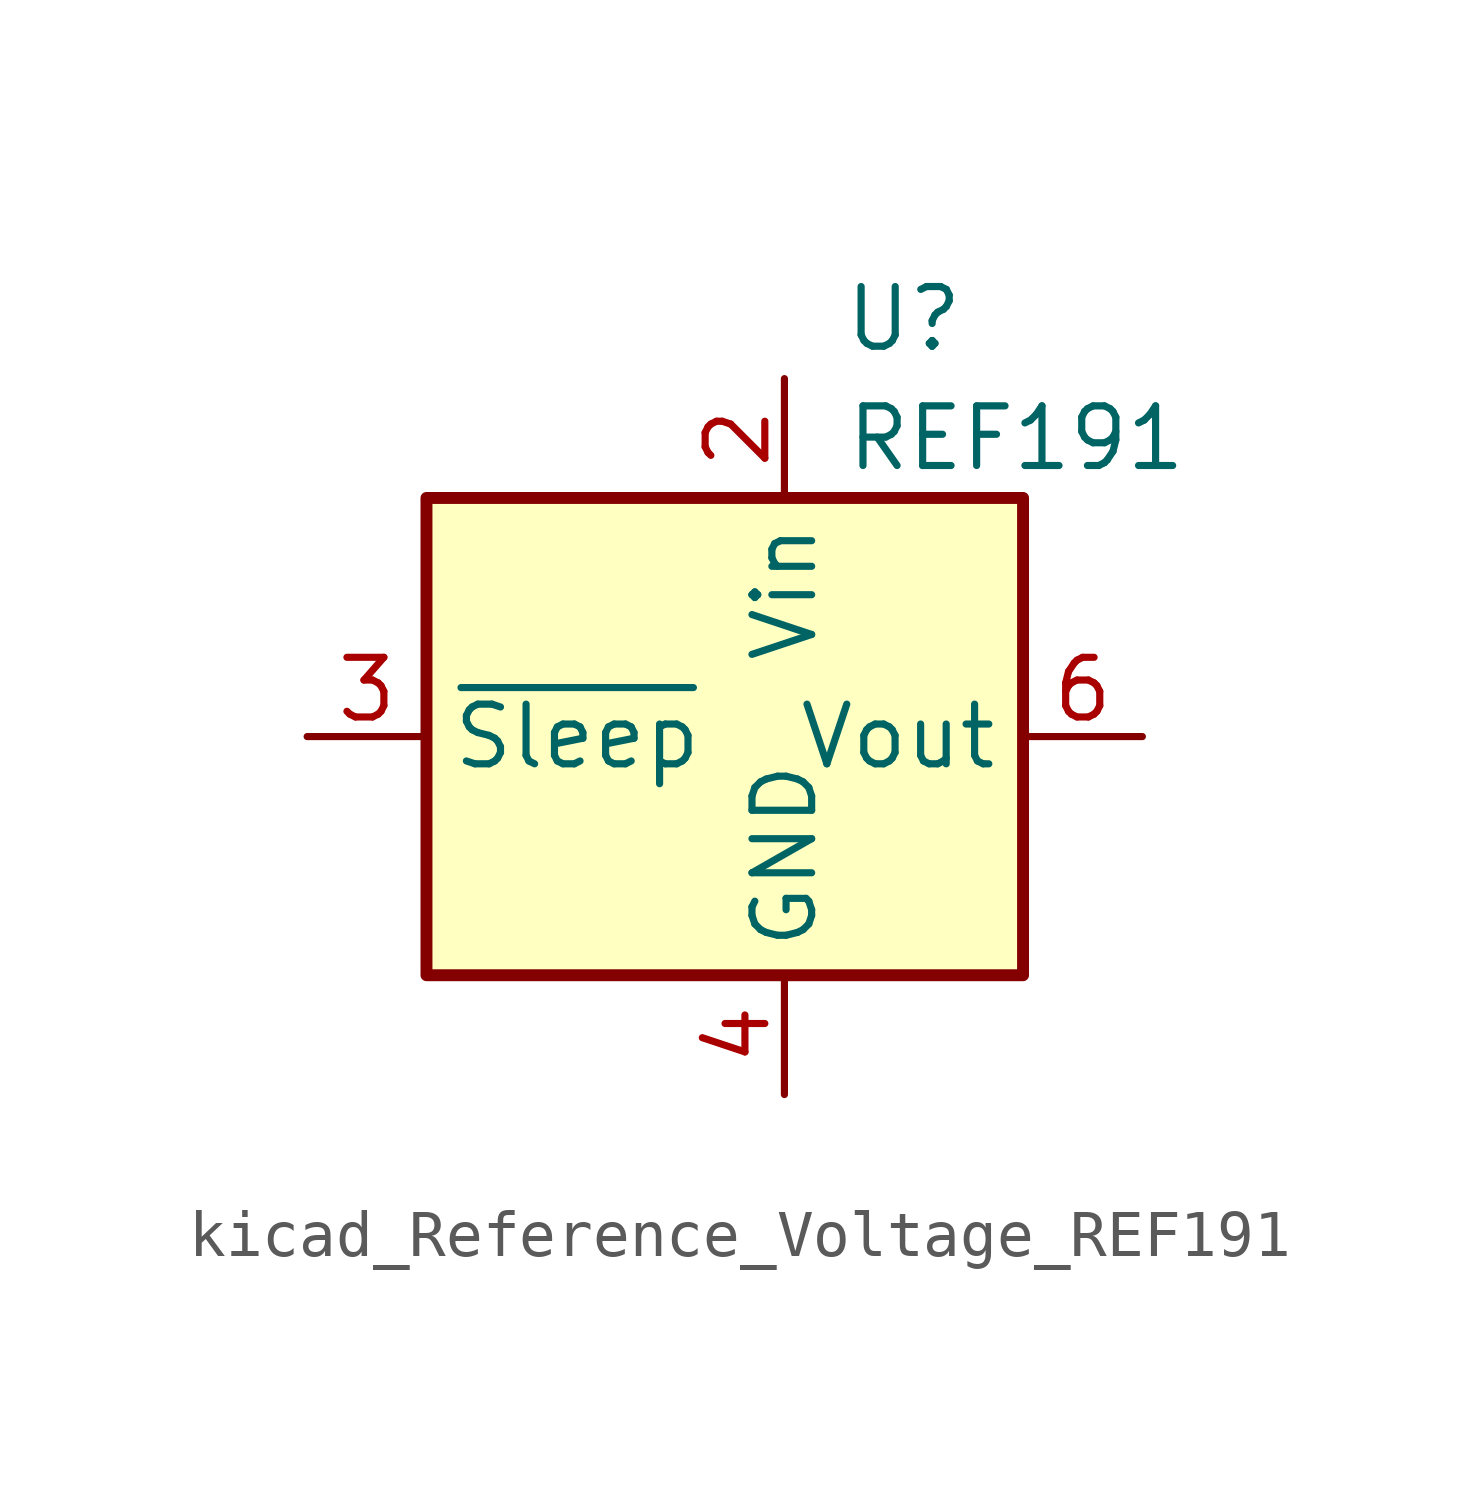
<source format=kicad_sym>
(kicad_symbol_lib
  (version 20220914)
  (generator kicad_symbol_editor)
  (symbol "kicad_Reference_Voltage_REF191"
    (property "Reference" "U"
      (at 2.54 8.89 0)
      (effects (font (size 1.27 1.27))))
    (property "Value" "REF191"
      (at 1.27 6.35 0)
      (effects (font (size 1.27 1.27)) (justify left)))
    (symbol "kicad_Reference_Voltage_REF191_0_1"
      (rectangle (start -7.62 5.08) (end 5.08 -5.08) (stroke (width 0.254) (type default)) (fill (type background))))
    (symbol "kicad_Reference_Voltage_REF191_1_1"
      (pin no_connect line (at -7.62 2.54 0) (length 2.54) hide (name "TP" (effects (font (size 1.27 1.27)))) (number "1" (effects (font (size 1.27 1.27)))))
      (pin power_in line (at 0 7.62 270) (length 2.54) (name "Vin" (effects (font (size 1.27 1.27)))) (number "2" (effects (font (size 1.27 1.27)))))
      (pin input line (at -10.16 0 0) (length 2.54) (name "~{Sleep}" (effects (font (size 1.27 1.27)))) (number "3" (effects (font (size 1.27 1.27)))))
      (pin power_in line (at 0 -7.62 90) (length 2.54) (name "GND" (effects (font (size 1.27 1.27)))) (number "4" (effects (font (size 1.27 1.27)))))
      (pin no_connect line (at -5.08 -5.08 90) (length 2.54) hide (name "TP" (effects (font (size 1.27 1.27)))) (number "5" (effects (font (size 1.27 1.27)))))
      (pin power_out line (at 7.62 0 180) (length 2.54) (name "Vout" (effects (font (size 1.27 1.27)))) (number "6" (effects (font (size 1.27 1.27)))))
      (pin no_connect line (at -2.54 -5.08 90) (length 2.54) hide (name "NC" (effects (font (size 1.27 1.27)))) (number "7" (effects (font (size 1.27 1.27)))))
      (pin no_connect line (at 2.54 -5.08 90) (length 2.54) hide (name "NC" (effects (font (size 1.27 1.27)))) (number "8" (effects (font (size 1.27 1.27))))))))
</source>
